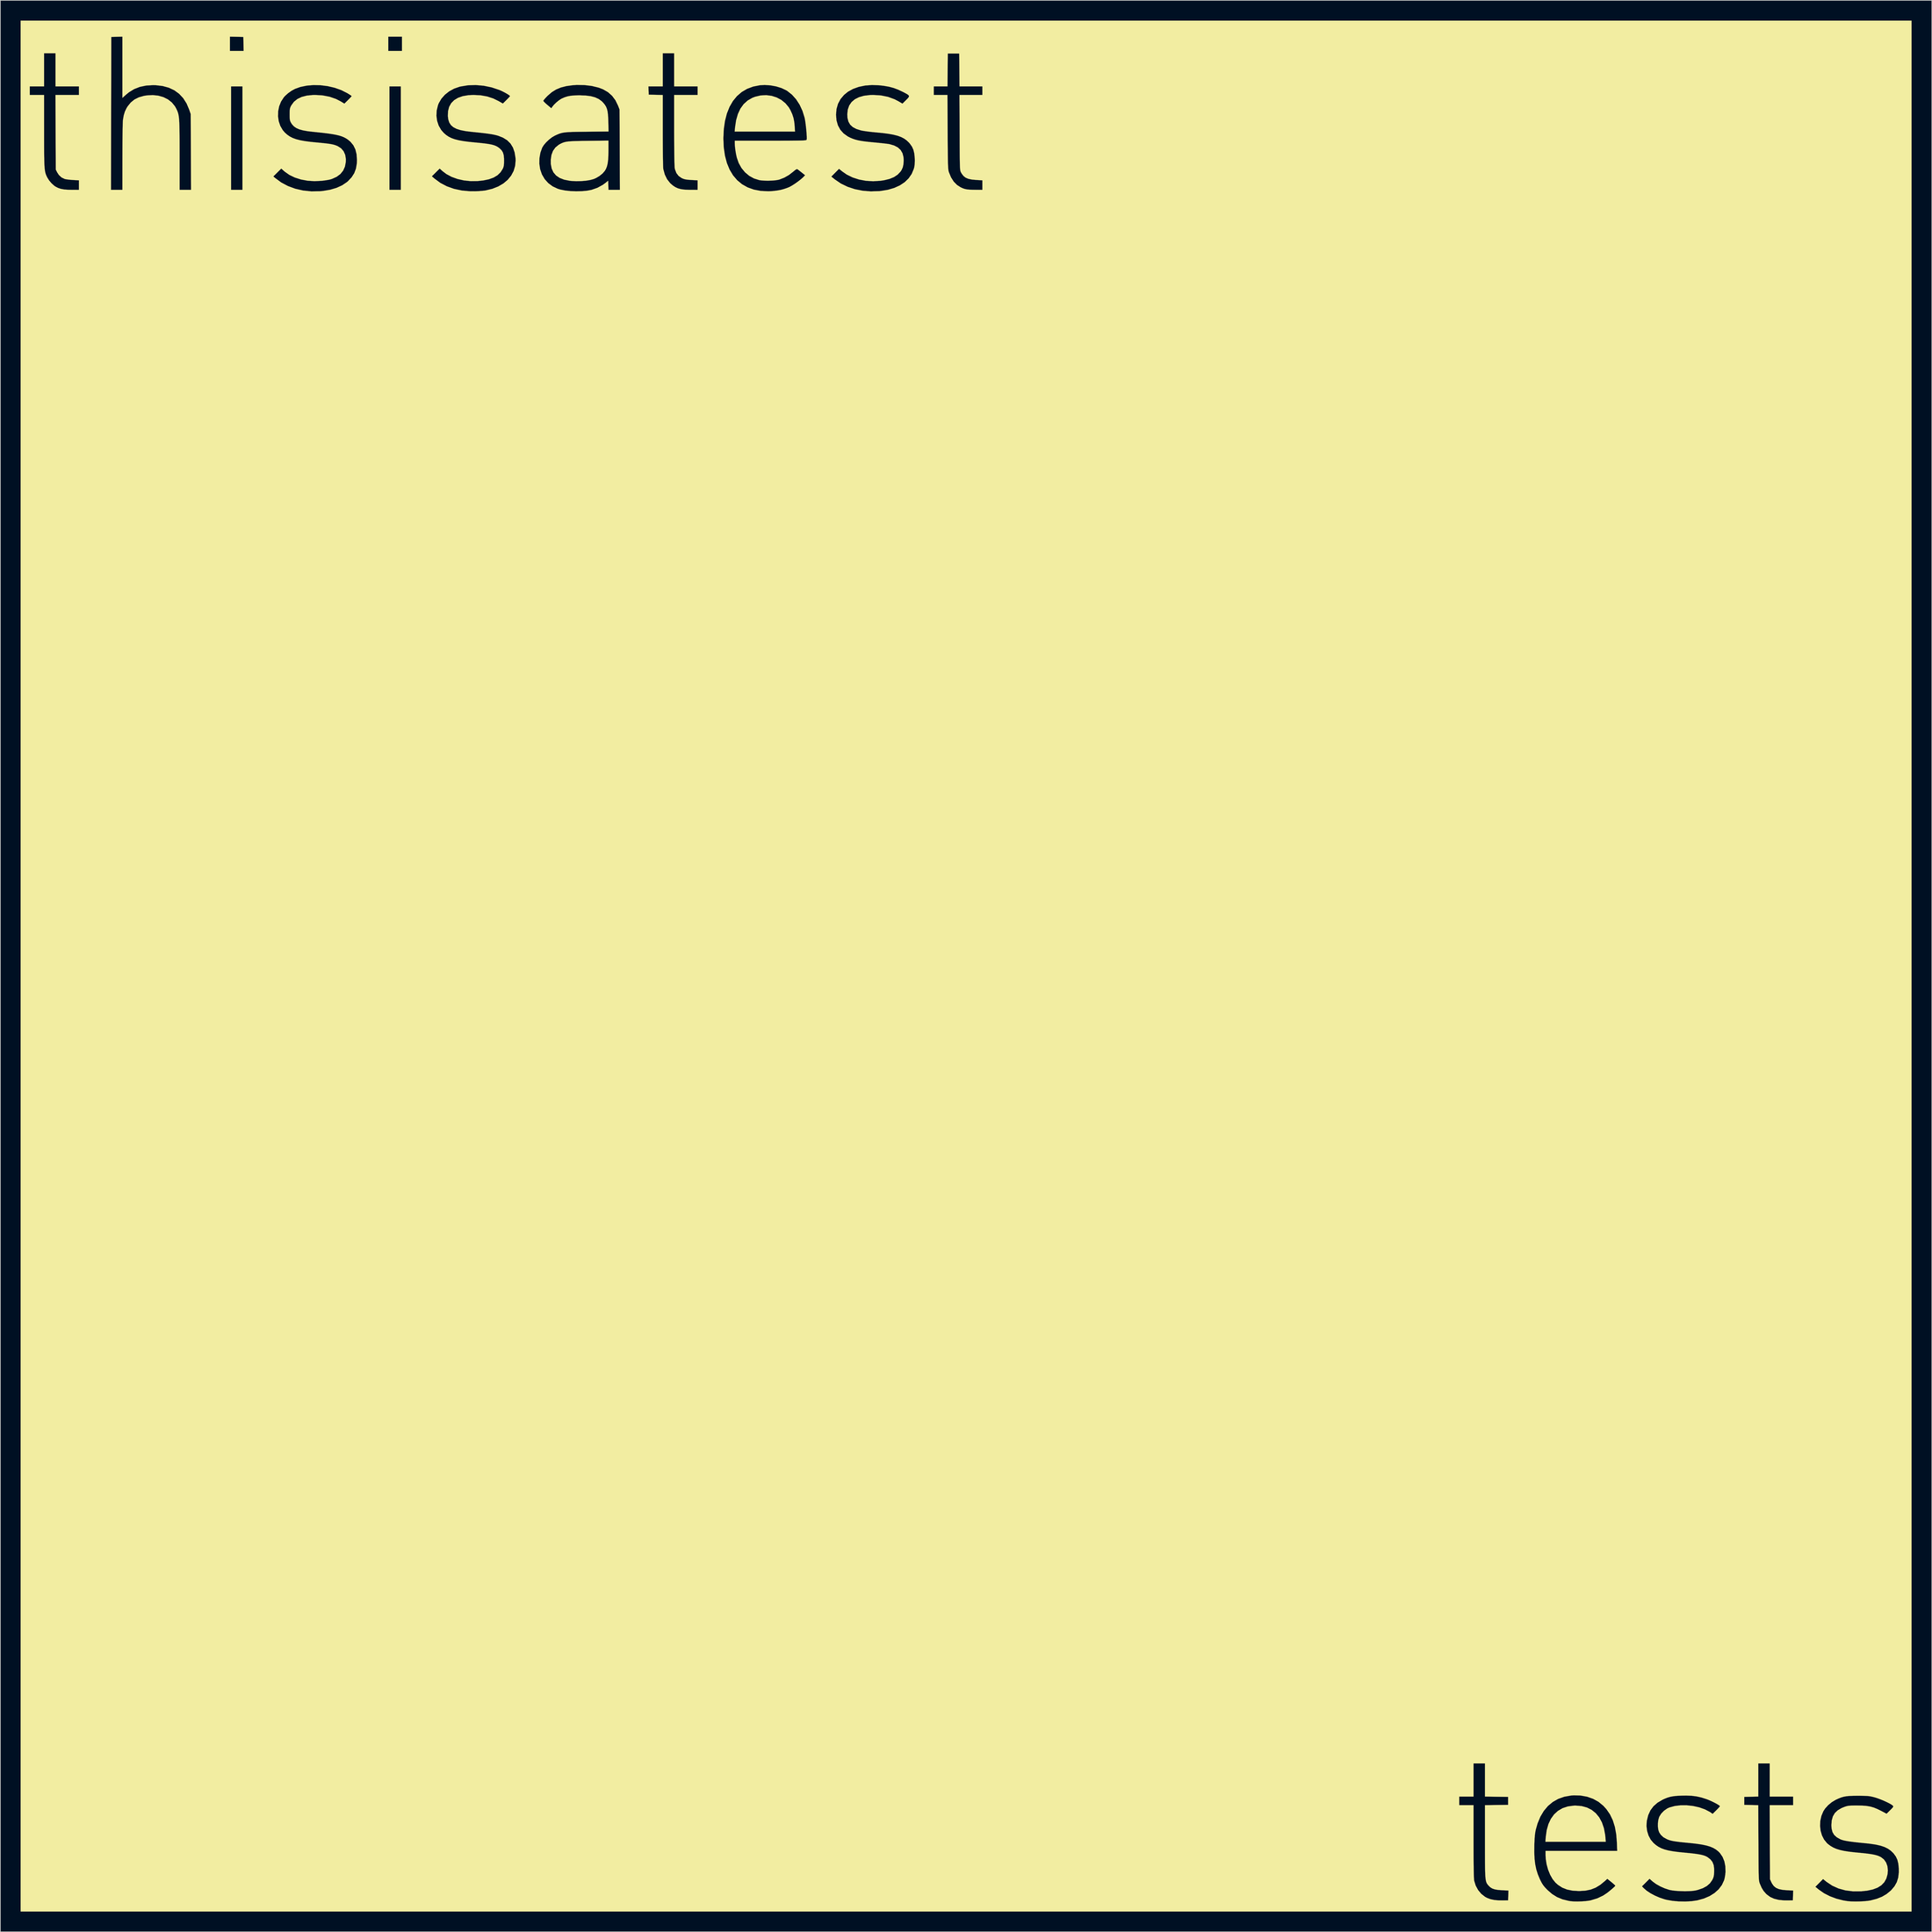
<source format=kicad_pcb>
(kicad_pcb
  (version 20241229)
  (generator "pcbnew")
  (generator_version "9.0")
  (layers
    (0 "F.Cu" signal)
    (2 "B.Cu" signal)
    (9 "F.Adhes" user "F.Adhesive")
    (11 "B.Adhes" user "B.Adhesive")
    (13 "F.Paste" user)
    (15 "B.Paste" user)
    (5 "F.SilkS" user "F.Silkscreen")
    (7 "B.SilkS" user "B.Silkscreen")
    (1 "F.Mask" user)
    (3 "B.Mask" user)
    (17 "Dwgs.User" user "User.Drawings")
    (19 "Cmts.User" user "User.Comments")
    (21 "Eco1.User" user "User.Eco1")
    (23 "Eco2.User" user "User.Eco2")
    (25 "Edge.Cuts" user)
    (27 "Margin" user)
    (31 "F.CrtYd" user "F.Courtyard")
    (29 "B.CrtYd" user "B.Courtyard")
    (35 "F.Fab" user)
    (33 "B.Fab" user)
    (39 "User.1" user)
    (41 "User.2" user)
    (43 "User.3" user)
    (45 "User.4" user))
  (footprint "test2"
    (layer "F.Cu")
    (at 139.959 139.959)
    (property "Reference" "test2" (at 0 0 0) (layer "F.SilkS") (effects (font (size 1.524 1.524) (thickness 0.3))))
    (attr through_hole)
    (fp_poly (pts (xy 91.178 124.426) (xy 91.972 124.64) (xy 92.674 124.993) (xy 93.281 125.48) (xy 93.789 126.098) (xy 94.192 126.841) (xy 94.488 127.705) (xy 94.672 128.686) (xy 94.705 129.011) (xy 94.764 129.709) (xy 85.827 129.709) (xy 85.881 129.006) (xy 86.022 127.99) (xy 86.277 127.09) (xy 86.643 126.312) (xy 87.116 125.658) (xy 87.693 125.132) (xy 88.369 124.738) (xy 89.143 124.481) (xy 90.009 124.363) (xy 90.297 124.355) (xy 91.178 124.426)) (stroke (width 0.01) (type solid)) (fill yes) (layer "F.SilkS"))
    (fp_poly (pts (xy -28.757 -128.814) (xy -28.006 -128.576) (xy -27.318 -128.209) (xy -26.714 -127.72) (xy -26.214 -127.117) (xy -25.968 -126.696) (xy -25.695 -126.093) (xy -25.511 -125.525) (xy -25.397 -124.919) (xy -25.344 -124.357) (xy -25.29 -123.529) (xy -34.223 -123.529) (xy -34.165 -124.142) (xy -34.007 -125.2) (xy -33.743 -126.125) (xy -33.372 -126.92) (xy -32.894 -127.583) (xy -32.309 -128.115) (xy -31.618 -128.516) (xy -31.2 -128.679) (xy -30.374 -128.873) (xy -29.553 -128.916) (xy -28.757 -128.814)) (stroke (width 0.01) (type solid)) (fill yes) (layer "F.SilkS"))
    (fp_poly (pts (xy -52.917 -120.737) (xy -52.928 -119.955) (xy -52.966 -119.316) (xy -53.035 -118.794) (xy -53.139 -118.365) (xy -53.282 -118.003) (xy -53.453 -117.709) (xy -53.786 -117.323) (xy -54.237 -116.957) (xy -54.753 -116.65) (xy -55.082 -116.506) (xy -55.606 -116.358) (xy -56.248 -116.252) (xy -56.963 -116.191) (xy -57.703 -116.178) (xy -58.423 -116.217) (xy -58.674 -116.246) (xy -59.475 -116.407) (xy -60.138 -116.667) (xy -60.664 -117.025) (xy -61.056 -117.485) (xy -61.315 -118.048) (xy -61.443 -118.717) (xy -61.451 -119.343) (xy -61.35 -120.059) (xy -61.125 -120.662) (xy -60.771 -121.161) (xy -60.284 -121.562) (xy -60.029 -121.709) (xy -59.82 -121.811) (xy -59.619 -121.895) (xy -59.404 -121.963) (xy -59.156 -122.016) (xy -58.857 -122.057) (xy -58.486 -122.088) (xy -58.023 -122.111) (xy -57.45 -122.128) (xy -56.746 -122.141) (xy -55.901 -122.152) (xy -52.917 -122.187) (xy -52.917 -120.737)) (stroke (width 0.01) (type solid)) (fill yes) (layer "F.SilkS"))
    (fp_poly (pts (xy 140.039 140.039) (xy -139.954 140.039) (xy -139.954 123.021) (xy 73.067 123.021) (xy 73.067 124.291) (xy 75.184 124.291) (xy 75.184 129.663) (xy 75.186 130.98) (xy 75.19 132.129) (xy 75.198 133.11) (xy 75.209 133.923) (xy 75.223 134.57) (xy 75.241 135.049) (xy 75.261 135.363) (xy 75.278 135.484) (xy 75.505 136.209) (xy 75.86 136.863) (xy 76.326 137.421) (xy 76.883 137.86) (xy 77.187 138.025) (xy 77.684 138.212) (xy 78.247 138.333) (xy 78.91 138.393) (xy 79.544 138.4) (xy 80.306 138.388) (xy 80.355 136.931) (xy 79.386 136.884) (xy 78.785 136.837) (xy 78.319 136.755) (xy 77.955 136.628) (xy 77.659 136.443) (xy 77.41 136.202) (xy 77.307 136.082) (xy 77.219 135.967) (xy 77.143 135.843) (xy 77.08 135.697) (xy 77.027 135.517) (xy 76.985 135.289) (xy 76.951 135.001) (xy 76.925 134.64) (xy 76.906 134.192) (xy 76.893 133.646) (xy 76.885 132.987) (xy 76.88 132.205) (xy 76.878 131.286) (xy 84.175 131.286) (xy 84.216 132.215) (xy 84.314 133.044) (xy 84.472 133.802) (xy 84.697 134.522) (xy 84.994 135.233) (xy 85.062 135.376) (xy 85.274 135.789) (xy 85.482 136.122) (xy 85.729 136.432) (xy 86.057 136.779) (xy 86.137 136.859) (xy 86.823 137.454) (xy 87.555 137.91) (xy 88.362 138.242) (xy 89.274 138.464) (xy 89.582 138.513) (xy 90.042 138.552) (xy 90.607 138.56) (xy 91.214 138.54) (xy 91.806 138.496) (xy 92.321 138.429) (xy 92.541 138.385) (xy 93.517 138.089) (xy 94.379 137.678) (xy 94.954 137.295) (xy 95.274 137.044) (xy 95.584 136.789) (xy 95.855 136.554) (xy 96.059 136.363) (xy 96.109 136.309) (xy 100.125 136.309) (xy 100.375 136.573) (xy 100.813 136.955) (xy 101.379 137.331) (xy 102.036 137.683) (xy 102.744 137.989) (xy 103.464 138.23) (xy 103.775 138.31) (xy 104.632 138.461) (xy 105.573 138.546) (xy 106.538 138.564) (xy 107.469 138.512) (xy 108.306 138.391) (xy 108.331 138.386) (xy 109.289 138.123) (xy 110.141 137.758) (xy 110.876 137.297) (xy 111.486 136.748) (xy 111.96 136.118) (xy 112.288 135.416) (xy 112.299 135.382) (xy 112.379 135.066) (xy 112.448 134.661) (xy 112.493 134.248) (xy 112.496 134.197) (xy 112.48 133.373) (xy 112.332 132.615) (xy 112.058 131.943) (xy 111.666 131.372) (xy 111.424 131.128) (xy 111.075 130.854) (xy 110.681 130.623) (xy 110.222 130.429) (xy 109.678 130.266) (xy 109.031 130.128) (xy 108.259 130.009) (xy 107.343 129.905) (xy 107.061 129.878) (xy 106.298 129.805) (xy 105.68 129.739) (xy 105.185 129.676) (xy 104.787 129.614) (xy 104.466 129.547) (xy 104.195 129.471) (xy 103.953 129.383) (xy 103.801 129.317) (xy 103.295 129.032) (xy 102.918 128.681) (xy 102.675 128.312) (xy 102.549 127.944) (xy 102.486 127.476) (xy 102.487 126.965) (xy 102.55 126.467) (xy 102.676 126.038) (xy 102.692 126.003) (xy 102.976 125.546) (xy 103.38 125.127) (xy 103.855 124.791) (xy 104.18 124.637) (xy 104.973 124.419) (xy 105.848 124.312) (xy 106.769 124.313) (xy 107.7 124.416) (xy 108.603 124.618) (xy 109.441 124.914) (xy 110.178 125.299) (xy 110.349 125.413) (xy 110.59 125.583) (xy 111.133 125.045) (xy 111.373 124.801) (xy 111.558 124.599) (xy 111.662 124.471) (xy 111.675 124.445) (xy 111.602 124.357) (xy 111.404 124.219) (xy 111.112 124.05) (xy 110.757 123.864) (xy 110.37 123.678) (xy 109.982 123.509) (xy 109.688 123.396) (xy 108.942 123.157) (xy 108.53 123.063) (xy 115.274 123.063) (xy 115.274 124.248) (xy 117.341 124.296) (xy 117.367 129.86) (xy 117.372 130.967) (xy 117.377 131.917) (xy 117.382 132.725) (xy 117.388 133.403) (xy 117.395 133.964) (xy 117.404 134.421) (xy 117.414 134.788) (xy 117.427 135.078) (xy 117.443 135.304) (xy 117.463 135.479) (xy 117.486 135.616) (xy 117.514 135.728) (xy 117.547 135.829) (xy 117.583 135.926) (xy 117.839 136.516) (xy 118.127 136.988) (xy 118.479 137.394) (xy 118.62 137.527) (xy 119.113 137.888) (xy 119.688 138.149) (xy 120.362 138.316) (xy 121.156 138.394) (xy 121.708 138.4) (xy 122.47 138.388) (xy 122.495 137.659) (xy 122.519 136.93) (xy 121.6 136.887) (xy 120.925 136.827) (xy 120.389 136.711) (xy 119.97 136.527) (xy 119.785 136.377) (xy 125.798 136.377) (xy 126.335 136.816) (xy 127.082 137.335) (xy 127.953 137.78) (xy 128.913 138.14) (xy 129.928 138.398) (xy 130.599 138.506) (xy 131.106 138.547) (xy 131.709 138.561) (xy 132.355 138.551) (xy 132.989 138.518) (xy 133.559 138.464) (xy 133.989 138.396) (xy 134.892 138.16) (xy 135.665 137.853) (xy 136.336 137.462) (xy 136.936 136.97) (xy 137.039 136.87) (xy 137.518 136.306) (xy 137.859 135.699) (xy 138.071 135.025) (xy 138.161 134.261) (xy 138.156 133.633) (xy 138.087 132.949) (xy 137.948 132.385) (xy 137.725 131.902) (xy 137.404 131.46) (xy 137.328 131.375) (xy 136.957 131.021) (xy 136.535 130.726) (xy 136.044 130.485) (xy 135.462 130.288) (xy 134.769 130.13) (xy 133.944 130.004) (xy 133.155 129.918) (xy 132.254 129.83) (xy 131.506 129.748) (xy 130.894 129.669) (xy 130.402 129.59) (xy 130.014 129.509) (xy 129.712 129.423) (xy 129.508 129.343) (xy 128.973 129.044) (xy 128.588 128.695) (xy 128.338 128.271) (xy 128.206 127.749) (xy 128.176 127.257) (xy 128.229 126.547) (xy 128.397 125.952) (xy 128.689 125.457) (xy 129.117 125.05) (xy 129.69 124.716) (xy 130.147 124.53) (xy 130.373 124.457) (xy 130.593 124.405) (xy 130.842 124.371) (xy 131.157 124.352) (xy 131.573 124.344) (xy 132.038 124.344) (xy 132.782 124.359) (xy 133.403 124.408) (xy 133.945 124.502) (xy 134.455 124.649) (xy 134.975 124.861) (xy 135.537 125.139) (xy 136.346 125.565) (xy 136.878 125.038) (xy 137.13 124.784) (xy 137.277 124.617) (xy 137.336 124.507) (xy 137.323 124.426) (xy 137.273 124.36) (xy 137.093 124.219) (xy 136.788 124.041) (xy 136.392 123.841) (xy 135.941 123.634) (xy 135.469 123.438) (xy 135.011 123.267) (xy 134.603 123.138) (xy 134.578 123.131) (xy 134.262 123.05) (xy 133.986 122.99) (xy 133.712 122.949) (xy 133.404 122.923) (xy 133.026 122.908) (xy 132.54 122.901) (xy 132.122 122.899) (xy 131.425 122.903) (xy 130.862 122.923) (xy 130.396 122.967) (xy 129.993 123.04) (xy 129.616 123.149) (xy 129.23 123.301) (xy 128.799 123.502) (xy 128.793 123.505) (xy 128.228 123.846) (xy 127.699 124.284) (xy 127.252 124.776) (xy 126.982 125.188) (xy 126.691 125.88) (xy 126.528 126.611) (xy 126.491 127.355) (xy 126.574 128.084) (xy 126.774 128.77) (xy 127.088 129.387) (xy 127.51 129.907) (xy 127.687 130.065) (xy 128.065 130.343) (xy 128.465 130.575) (xy 128.912 130.768) (xy 129.428 130.928) (xy 130.034 131.062) (xy 130.753 131.175) (xy 131.609 131.275) (xy 132.08 131.32) (xy 132.9 131.4) (xy 133.572 131.477) (xy 134.119 131.556) (xy 134.562 131.641) (xy 134.924 131.737) (xy 135.227 131.847) (xy 135.491 131.977) (xy 135.526 131.996) (xy 135.956 132.336) (xy 136.272 132.788) (xy 136.468 133.333) (xy 136.534 133.952) (xy 136.484 134.526) (xy 136.305 135.163) (xy 136.001 135.703) (xy 135.57 136.15) (xy 135.006 136.505) (xy 134.305 136.771) (xy 133.464 136.952) (xy 132.579 137.044) (xy 131.381 137.049) (xy 130.267 136.91) (xy 129.24 136.629) (xy 128.302 136.207) (xy 127.456 135.643) (xy 127.394 135.594) (xy 126.941 135.225) (xy 126.37 135.801) (xy 125.798 136.377) (xy 119.785 136.377) (xy 119.645 136.263) (xy 119.389 135.906) (xy 119.281 135.691) (xy 119.084 135.255) (xy 119.034 124.291) (xy 122.513 124.291) (xy 122.513 123.021) (xy 119.041 123.021) (xy 119.041 118.11) (xy 117.348 118.11) (xy 117.348 123.015) (xy 115.274 123.063) (xy 108.53 123.063) (xy 108.231 122.995) (xy 107.501 122.9) (xy 106.7 122.865) (xy 106.045 122.874) (xy 105.361 122.906) (xy 104.802 122.96) (xy 104.325 123.047) (xy 103.887 123.174) (xy 103.445 123.352) (xy 103.166 123.484) (xy 102.425 123.922) (xy 101.83 124.444) (xy 101.372 125.058) (xy 101.045 125.775) (xy 100.84 126.605) (xy 100.837 126.627) (xy 100.79 127.367) (xy 100.879 128.099) (xy 101.092 128.789) (xy 101.419 129.403) (xy 101.833 129.893) (xy 102.197 130.205) (xy 102.578 130.464) (xy 102.997 130.679) (xy 103.477 130.856) (xy 104.041 131.002) (xy 104.709 131.124) (xy 105.504 131.229) (xy 106.365 131.316) (xy 107.201 131.397) (xy 107.888 131.475) (xy 108.445 131.554) (xy 108.893 131.638) (xy 109.251 131.731) (xy 109.54 131.836) (xy 109.78 131.957) (xy 109.832 131.99) (xy 110.26 132.322) (xy 110.559 132.706) (xy 110.74 133.168) (xy 110.816 133.733) (xy 110.813 134.186) (xy 110.784 134.59) (xy 110.732 134.89) (xy 110.641 135.149) (xy 110.528 135.375) (xy 110.187 135.859) (xy 109.731 136.257) (xy 109.148 136.578) (xy 108.423 136.83) (xy 108.077 136.917) (xy 107.654 136.982) (xy 107.111 137.02) (xy 106.494 137.032) (xy 105.85 137.019) (xy 105.226 136.983) (xy 104.669 136.924) (xy 104.224 136.843) (xy 104.182 136.832) (xy 103.511 136.613) (xy 102.844 136.319) (xy 102.234 135.978) (xy 101.736 135.617) (xy 101.698 135.585) (xy 101.247 135.187) (xy 100.686 135.748) (xy 100.125 136.309) (xy 96.109 136.309) (xy 96.17 136.241) (xy 96.181 136.216) (xy 96.12 136.138) (xy 95.955 135.982) (xy 95.716 135.777) (xy 95.588 135.672) (xy 94.995 135.192) (xy 94.635 135.523) (xy 93.952 136.085) (xy 93.268 136.501) (xy 92.55 136.784) (xy 91.763 136.947) (xy 90.872 137.003) (xy 90.763 137.003) (xy 89.839 136.947) (xy 89.031 136.781) (xy 88.323 136.499) (xy 87.696 136.095) (xy 87.318 135.758) (xy 86.895 135.236) (xy 86.527 134.586) (xy 86.226 133.843) (xy 86.006 133.043) (xy 85.879 132.223) (xy 85.853 131.678) (xy 85.852 131.064) (xy 96.458 131.064) (xy 96.413 129.815) (xy 96.316 128.594) (xy 96.116 127.5) (xy 95.809 126.523) (xy 95.391 125.652) (xy 94.859 124.879) (xy 94.402 124.375) (xy 93.699 123.798) (xy 92.896 123.35) (xy 92.009 123.037) (xy 91.053 122.863) (xy 90.041 122.832) (xy 89.611 122.863) (xy 88.621 123.038) (xy 87.722 123.356) (xy 86.915 123.814) (xy 86.203 124.409) (xy 85.588 125.14) (xy 85.073 126.004) (xy 84.661 126.998) (xy 84.4 127.916) (xy 84.324 128.303) (xy 84.266 128.747) (xy 84.223 129.28) (xy 84.193 129.938) (xy 84.184 130.224) (xy 84.175 131.286) (xy 76.878 131.286) (xy 76.878 131.284) (xy 76.877 130.213) (xy 76.877 129.653) (xy 76.877 124.294) (xy 78.592 124.271) (xy 80.306 124.248) (xy 80.306 123.063) (xy 76.877 123.017) (xy 76.877 118.11) (xy 75.184 118.11) (xy 75.184 123.021) (xy 73.067 123.021) (xy -139.954 123.021) (xy -139.954 -130.217) (xy -138.599 -130.217) (xy -138.599 -128.947) (xy -136.483 -128.947) (xy -136.481 -123.592) (xy -136.481 -122.445) (xy -136.479 -121.454) (xy -136.475 -120.605) (xy -136.468 -119.884) (xy -136.457 -119.279) (xy -136.442 -118.774) (xy -136.42 -118.357) (xy -136.391 -118.015) (xy -136.355 -117.733) (xy -136.31 -117.497) (xy -136.256 -117.296) (xy -136.191 -117.113) (xy -136.114 -116.937) (xy -136.025 -116.753) (xy -136.009 -116.721) (xy -135.736 -116.287) (xy -135.371 -115.858) (xy -134.971 -115.5) (xy -134.803 -115.384) (xy -134.42 -115.183) (xy -133.997 -115.041) (xy -133.5 -114.951) (xy -132.892 -114.906) (xy -132.44 -114.897) (xy -131.318 -114.893) (xy -126.577 -114.893) (xy -124.883 -114.893) (xy -124.881 -119.782) (xy -124.879 -120.697) (xy -124.875 -121.576) (xy -124.868 -122.403) (xy -124.859 -123.161) (xy -124.849 -123.831) (xy -124.837 -124.396) (xy -124.824 -124.839) (xy -124.81 -125.143) (xy -124.799 -125.264) (xy -124.682 -125.933) (xy -124.512 -126.49) (xy -124.271 -126.992) (xy -124.098 -127.269) (xy -123.639 -127.834) (xy -123.097 -128.273) (xy -122.457 -128.594) (xy -121.702 -128.808) (xy -121.262 -128.88) (xy -120.385 -128.926) (xy -119.562 -128.838) (xy -118.807 -128.622) (xy -118.137 -128.285) (xy -117.566 -127.835) (xy -117.112 -127.277) (xy -116.932 -126.959) (xy -116.832 -126.753) (xy -116.746 -126.558) (xy -116.673 -126.362) (xy -116.612 -126.151) (xy -116.561 -125.909) (xy -116.52 -125.625) (xy -116.488 -125.282) (xy -116.464 -124.869) (xy -116.446 -124.37) (xy -116.433 -123.771) (xy -116.425 -123.06) (xy -116.421 -122.221) (xy -116.419 -121.241) (xy -116.418 -120.106) (xy -116.418 -120.079) (xy -116.417 -114.893) (xy -114.717 -114.893) (xy -114.741 -120.502) (xy -114.766 -126.111) (xy -114.996 -126.788) (xy -115.382 -127.695) (xy -115.878 -128.473) (xy -116.481 -129.121) (xy -117.191 -129.639) (xy -118.006 -130.024) (xy -118.709 -130.217) (xy -108.797 -130.217) (xy -108.797 -114.893) (xy -107.103 -114.893) (xy -107.103 -116.882) (xy -102.536 -116.882) (xy -102.259 -116.644) (xy -101.367 -115.988) (xy -100.373 -115.459) (xy -99.292 -115.06) (xy -98.137 -114.796) (xy -96.924 -114.67) (xy -95.667 -114.686) (xy -95.194 -114.729) (xy -94.131 -114.906) (xy -93.178 -115.187) (xy -92.344 -115.566) (xy -91.641 -116.041) (xy -91.474 -116.185) (xy -90.939 -116.755) (xy -90.551 -117.364) (xy -90.298 -118.038) (xy -90.169 -118.802) (xy -90.148 -119.338) (xy -90.206 -120.169) (xy -90.383 -120.887) (xy -90.685 -121.501) (xy -91.115 -122.023) (xy -91.499 -122.341) (xy -91.778 -122.524) (xy -92.075 -122.683) (xy -92.409 -122.821) (xy -92.798 -122.943) (xy -93.259 -123.052) (xy -93.81 -123.152) (xy -94.47 -123.248) (xy -95.255 -123.343) (xy -96.184 -123.442) (xy -96.619 -123.485) (xy -97.452 -123.583) (xy -98.136 -123.705) (xy -98.688 -123.858) (xy -99.129 -124.051) (xy -99.477 -124.289) (xy -99.75 -124.582) (xy -99.891 -124.793) (xy -99.995 -124.984) (xy -100.061 -125.161) (xy -100.098 -125.372) (xy -100.115 -125.661) (xy -100.118 -126.069) (xy -100.115 -126.479) (xy -100.098 -126.768) (xy -100.06 -126.983) (xy -99.99 -127.173) (xy -99.881 -127.386) (xy -99.868 -127.409) (xy -99.485 -127.932) (xy -98.974 -128.346) (xy -98.336 -128.652) (xy -97.568 -128.85) (xy -96.67 -128.939) (xy -96.351 -128.945) (xy -95.238 -128.879) (xy -94.202 -128.68) (xy -93.257 -128.352) (xy -92.593 -128.01) (xy -92.013 -127.66) (xy -91.472 -128.195) (xy -91.233 -128.437) (xy -91.048 -128.634) (xy -90.945 -128.757) (xy -90.932 -128.78) (xy -91 -128.842) (xy -91.181 -128.967) (xy -91.444 -129.133) (xy -91.588 -129.221) (xy -92.473 -129.668) (xy -93.444 -130.013) (xy -94.311 -130.217) (xy -85.344 -130.217) (xy -85.344 -114.893) (xy -83.651 -114.893) (xy -83.651 -116.902) (xy -79.063 -116.902) (xy -78.669 -116.561) (xy -77.808 -115.926) (xy -76.841 -115.418) (xy -75.777 -115.04) (xy -74.623 -114.794) (xy -73.39 -114.683) (xy -72.515 -114.686) (xy -72.07 -114.71) (xy -71.626 -114.745) (xy -71.248 -114.786) (xy -71.076 -114.812) (xy -70.098 -115.05) (xy -69.226 -115.396) (xy -68.468 -115.84) (xy -67.831 -116.375) (xy -67.324 -116.992) (xy -66.953 -117.682) (xy -66.728 -118.438) (xy -66.699 -118.751) (xy -63.149 -118.751) (xy -63.034 -117.96) (xy -62.766 -117.179) (xy -62.36 -116.486) (xy -61.827 -115.892) (xy -61.182 -115.412) (xy -60.437 -115.06) (xy -60.04 -114.937) (xy -59.343 -114.799) (xy -58.55 -114.712) (xy -57.713 -114.677) (xy -56.882 -114.694) (xy -56.109 -114.763) (xy -55.444 -114.885) (xy -55.425 -114.89) (xy -54.55 -115.195) (xy -53.745 -115.636) (xy -53.382 -115.902) (xy -52.959 -116.243) (xy -52.934 -115.568) (xy -52.91 -114.893) (xy -51.217 -114.893) (xy -51.241 -120.841) (xy -51.266 -126.788) (xy -51.492 -127.371) (xy -51.876 -128.16) (xy -52.369 -128.821) (xy -52.976 -129.36) (xy -53.704 -129.783) (xy -54.356 -130.034) (xy -55.104 -130.217) (xy -46.997 -130.217) (xy -46.973 -129.603) (xy -46.948 -128.99) (xy -45.91 -128.966) (xy -44.873 -128.942) (xy -44.873 -123.665) (xy -44.872 -122.717) (xy -44.868 -121.812) (xy -44.863 -120.965) (xy -44.855 -120.191) (xy -44.846 -119.506) (xy -44.835 -118.927) (xy -44.823 -118.468) (xy -44.809 -118.146) (xy -44.795 -117.976) (xy -44.794 -117.971) (xy -44.572 -117.16) (xy -44.233 -116.468) (xy -43.772 -115.885) (xy -43.388 -115.548) (xy -43.012 -115.297) (xy -42.616 -115.116) (xy -42.165 -114.995) (xy -41.624 -114.925) (xy -40.958 -114.898) (xy -40.831 -114.897) (xy -39.709 -114.893) (xy -39.709 -116.306) (xy -40.66 -116.361) (xy -41.114 -116.392) (xy -41.447 -116.434) (xy -41.707 -116.494) (xy -41.943 -116.584) (xy -42.078 -116.649) (xy -42.522 -116.957) (xy -42.847 -117.381) (xy -43.056 -117.926) (xy -43.094 -118.1) (xy -43.112 -118.284) (xy -43.128 -118.627) (xy -43.143 -119.118) (xy -43.155 -119.748) (xy -43.165 -120.506) (xy -43.173 -121.382) (xy -43.178 -122.365) (xy -43.178 -122.483) (xy -35.899 -122.483) (xy -35.84 -121.16) (xy -35.664 -119.951) (xy -35.375 -118.86) (xy -34.975 -117.889) (xy -34.465 -117.041) (xy -33.849 -116.318) (xy -33.128 -115.723) (xy -32.306 -115.26) (xy -31.385 -114.93) (xy -30.367 -114.736) (xy -29.254 -114.682) (xy -28.914 -114.693) (xy -28.443 -114.73) (xy -27.934 -114.794) (xy -27.476 -114.873) (xy -27.357 -114.899) (xy -26.939 -115.013) (xy -26.502 -115.16) (xy -26.134 -115.309) (xy -26.107 -115.322) (xy -25.741 -115.523) (xy -25.309 -115.799) (xy -24.861 -116.116) (xy -24.445 -116.437) (xy -24.112 -116.727) (xy -24.023 -116.816) (xy -23.983 -116.859) (xy -19.916 -116.859) (xy -19.377 -116.429) (xy -18.496 -115.83) (xy -17.507 -115.35) (xy -16.429 -114.993) (xy -15.277 -114.764) (xy -14.071 -114.667) (xy -12.826 -114.706) (xy -12.615 -114.726) (xy -11.552 -114.897) (xy -10.599 -115.175) (xy -9.76 -115.555) (xy -9.045 -116.031) (xy -8.458 -116.6) (xy -8.006 -117.256) (xy -7.697 -117.994) (xy -7.618 -118.293) (xy -7.562 -118.706) (xy -7.544 -119.232) (xy -7.555 -119.605) (xy -7.621 -120.272) (xy -7.751 -120.821) (xy -7.962 -121.292) (xy -8.27 -121.729) (xy -8.427 -121.908) (xy -8.759 -122.224) (xy -9.133 -122.492) (xy -9.568 -122.718) (xy -10.081 -122.906) (xy -10.692 -123.063) (xy -11.417 -123.195) (xy -12.276 -123.307) (xy -13.25 -123.401) (xy -13.811 -123.454) (xy -14.365 -123.517) (xy -14.87 -123.585) (xy -15.283 -123.651) (xy -15.527 -123.701) (xy -16.205 -123.916) (xy -16.733 -124.197) (xy -17.121 -124.555) (xy -17.378 -125.004) (xy -17.515 -125.554) (xy -17.546 -126.08) (xy -17.471 -126.782) (xy -17.257 -127.389) (xy -16.907 -127.898) (xy -16.423 -128.309) (xy -15.806 -128.619) (xy -15.059 -128.828) (xy -14.185 -128.932) (xy -13.716 -128.945) (xy -12.573 -128.876) (xy -11.518 -128.664) (xy -10.546 -128.308) (xy -9.96 -128.002) (xy -9.379 -127.659) (xy -8.84 -128.193) (xy -8.594 -128.442) (xy -8.445 -128.63) (xy -8.403 -128.779) (xy -8.477 -128.916) (xy -8.677 -129.065) (xy -9.013 -129.25) (xy -9.302 -129.399) (xy -10.009 -129.733) (xy -10.681 -129.985) (xy -11.372 -130.17) (xy -11.641 -130.217) (xy -4.741 -130.217) (xy -4.741 -128.947) (xy -2.719 -128.947) (xy -2.689 -123.465) (xy -2.683 -122.357) (xy -2.677 -121.406) (xy -2.67 -120.597) (xy -2.663 -119.919) (xy -2.654 -119.357) (xy -2.644 -118.898) (xy -2.632 -118.53) (xy -2.617 -118.239) (xy -2.6 -118.013) (xy -2.579 -117.837) (xy -2.555 -117.699) (xy -2.526 -117.585) (xy -2.506 -117.517) (xy -2.187 -116.743) (xy -1.786 -116.113) (xy -1.299 -115.618) (xy -0.77 -115.278) (xy -0.465 -115.135) (xy -0.177 -115.034) (xy 0.135 -114.967) (xy 0.51 -114.927) (xy 0.989 -114.907) (xy 1.376 -114.901) (xy 2.455 -114.893) (xy 2.455 -116.307) (xy 1.517 -116.364) (xy 0.876 -116.426) (xy 0.373 -116.534) (xy -0.02 -116.703) (xy -0.332 -116.946) (xy -0.591 -117.278) (xy -0.706 -117.475) (xy -0.743 -117.545) (xy -0.774 -117.619) (xy -0.8 -117.71) (xy -0.823 -117.83) (xy -0.841 -117.993) (xy -0.857 -118.211) (xy -0.869 -118.496) (xy -0.879 -118.863) (xy -0.887 -119.323) (xy -0.893 -119.889) (xy -0.899 -120.575) (xy -0.904 -121.392) (xy -0.908 -122.354) (xy -0.913 -123.38) (xy -0.936 -128.947) (xy 2.455 -128.947) (xy 2.455 -130.217) (xy -0.929 -130.217) (xy -0.951 -132.651) (xy -0.974 -135.086) (xy -2.667 -135.086) (xy -2.689 -132.651) (xy -2.712 -130.217) (xy -4.741 -130.217) (xy -11.641 -130.217) (xy -12.134 -130.304) (xy -12.819 -130.382) (xy -13.89 -130.424) (xy -14.906 -130.345) (xy -15.849 -130.15) (xy -16.703 -129.843) (xy -17.451 -129.429) (xy -18.028 -128.96) (xy -18.551 -128.339) (xy -18.923 -127.646) (xy -19.145 -126.876) (xy -19.219 -126.025) (xy -19.219 -126.02) (xy -19.149 -125.186) (xy -18.937 -124.444) (xy -18.587 -123.798) (xy -18.099 -123.25) (xy -17.476 -122.803) (xy -17.095 -122.609) (xy -16.741 -122.461) (xy -16.381 -122.339) (xy -15.988 -122.236) (xy -15.534 -122.148) (xy -14.992 -122.068) (xy -14.334 -121.993) (xy -13.585 -121.92) (xy -13.013 -121.866) (xy -12.473 -121.81) (xy -11.996 -121.757) (xy -11.615 -121.71) (xy -11.36 -121.673) (xy -11.311 -121.664) (xy -10.615 -121.462) (xy -10.063 -121.174) (xy -9.65 -120.793) (xy -9.373 -120.317) (xy -9.226 -119.739) (xy -9.199 -119.297) (xy -9.23 -118.706) (xy -9.333 -118.228) (xy -9.52 -117.817) (xy -9.678 -117.584) (xy -10.099 -117.145) (xy -10.632 -116.791) (xy -11.29 -116.519) (xy -12.085 -116.323) (xy -12.642 -116.238) (xy -13.723 -116.173) (xy -14.785 -116.237) (xy -15.804 -116.427) (xy -16.757 -116.736) (xy -17.62 -117.159) (xy -18.274 -117.611) (xy -18.771 -118.013) (xy -19.343 -117.436) (xy -19.916 -116.859) (xy -23.983 -116.859) (xy -23.79 -117.062) (xy -24.32 -117.485) (xy -24.583 -117.693) (xy -24.804 -117.862) (xy -24.942 -117.963) (xy -24.957 -117.972) (xy -25.079 -117.951) (xy -25.298 -117.808) (xy -25.577 -117.572) (xy -26.191 -117.098) (xy -26.872 -116.709) (xy -27.564 -116.436) (xy -27.779 -116.378) (xy -28.192 -116.31) (xy -28.714 -116.268) (xy -29.284 -116.252) (xy -29.844 -116.263) (xy -30.334 -116.301) (xy -30.582 -116.34) (xy -31.358 -116.585) (xy -32.066 -116.975) (xy -32.689 -117.497) (xy -33.213 -118.135) (xy -33.626 -118.876) (xy -33.906 -119.686) (xy -34.022 -120.217) (xy -34.117 -120.791) (xy -34.181 -121.34) (xy -34.204 -121.772) (xy -34.205 -122.174) (xy -28.911 -122.174) (xy -27.829 -122.174) (xy -26.904 -122.175) (xy -26.124 -122.177) (xy -25.476 -122.181) (xy -24.948 -122.186) (xy -24.527 -122.193) (xy -24.202 -122.203) (xy -23.96 -122.216) (xy -23.788 -122.231) (xy -23.674 -122.25) (xy -23.606 -122.273) (xy -23.572 -122.299) (xy -23.562 -122.316) (xy -23.543 -122.474) (xy -23.546 -122.766) (xy -23.566 -123.157) (xy -23.602 -123.613) (xy -23.649 -124.101) (xy -23.705 -124.586) (xy -23.766 -125.034) (xy -23.83 -125.411) (xy -23.871 -125.603) (xy -24.183 -126.6) (xy -24.604 -127.508) (xy -25.125 -128.311) (xy -25.735 -128.992) (xy -26.423 -129.537) (xy -26.601 -129.647) (xy -27.288 -129.972) (xy -28.08 -130.217) (xy -28.927 -130.373) (xy -29.781 -130.429) (xy -30.495 -130.389) (xy -31.486 -130.193) (xy -32.383 -129.857) (xy -33.183 -129.386) (xy -33.885 -128.782) (xy -34.486 -128.049) (xy -34.983 -127.191) (xy -35.376 -126.209) (xy -35.66 -125.108) (xy -35.835 -123.891) (xy -35.898 -122.561) (xy -35.899 -122.483) (xy -43.178 -122.483) (xy -43.18 -123.445) (xy -43.18 -123.752) (xy -43.18 -128.947) (xy -39.709 -128.947) (xy -39.709 -130.217) (xy -43.18 -130.217) (xy -43.18 -135.128) (xy -44.873 -135.128) (xy -44.873 -130.217) (xy -46.997 -130.217) (xy -55.104 -130.217) (xy -55.378 -130.284) (xy -56.485 -130.418) (xy -57.637 -130.431) (xy -58.224 -130.391) (xy -59.155 -130.261) (xy -59.958 -130.055) (xy -60.662 -129.761) (xy -61.297 -129.367) (xy -61.89 -128.859) (xy -61.953 -128.798) (xy -62.21 -128.531) (xy -62.413 -128.301) (xy -62.537 -128.137) (xy -62.563 -128.078) (xy -62.499 -127.981) (xy -62.334 -127.807) (xy -62.096 -127.587) (xy -61.965 -127.475) (xy -61.373 -126.977) (xy -61.237 -127.179) (xy -60.979 -127.496) (xy -60.629 -127.837) (xy -60.248 -128.148) (xy -59.896 -128.378) (xy -59.862 -128.396) (xy -59.412 -128.597) (xy -58.956 -128.74) (xy -58.453 -128.832) (xy -57.863 -128.88) (xy -57.192 -128.893) (xy -56.292 -128.86) (xy -55.532 -128.763) (xy -54.894 -128.593) (xy -54.359 -128.347) (xy -53.91 -128.018) (xy -53.673 -127.777) (xy -53.439 -127.486) (xy -53.262 -127.193) (xy -53.132 -126.866) (xy -53.041 -126.477) (xy -52.982 -125.995) (xy -52.947 -125.391) (xy -52.935 -124.995) (xy -52.9 -123.54) (xy -56.105 -123.506) (xy -56.984 -123.497) (xy -57.714 -123.485) (xy -58.315 -123.47) (xy -58.807 -123.449) (xy -59.21 -123.418) (xy -59.545 -123.377) (xy -59.83 -123.321) (xy -60.087 -123.249) (xy -60.335 -123.158) (xy -60.595 -123.046) (xy -60.875 -122.915) (xy -61.29 -122.67) (xy -61.724 -122.331) (xy -62.135 -121.94) (xy -62.48 -121.538) (xy -62.715 -121.165) (xy -62.719 -121.158) (xy -62.989 -120.41) (xy -63.134 -119.592) (xy -63.149 -118.751) (xy -66.699 -118.751) (xy -66.654 -119.25) (xy -66.671 -119.616) (xy -66.804 -120.449) (xy -67.05 -121.159) (xy -67.415 -121.754) (xy -67.906 -122.241) (xy -68.529 -122.629) (xy -69.215 -122.902) (xy -69.512 -122.988) (xy -69.852 -123.067) (xy -70.254 -123.141) (xy -70.738 -123.215) (xy -71.324 -123.29) (xy -72.033 -123.369) (xy -72.884 -123.457) (xy -73.181 -123.486) (xy -74.077 -123.597) (xy -74.819 -123.745) (xy -75.417 -123.937) (xy -75.885 -124.182) (xy -76.235 -124.487) (xy -76.478 -124.861) (xy -76.626 -125.312) (xy -76.69 -125.812) (xy -76.665 -126.545) (xy -76.499 -127.185) (xy -76.195 -127.73) (xy -75.757 -128.176) (xy -75.187 -128.523) (xy -74.487 -128.768) (xy -73.66 -128.909) (xy -72.898 -128.945) (xy -71.827 -128.89) (xy -70.855 -128.716) (xy -69.955 -128.418) (xy -69.194 -128.044) (xy -68.545 -127.674) (xy -68.012 -128.202) (xy -67.775 -128.443) (xy -67.592 -128.637) (xy -67.491 -128.756) (xy -67.479 -128.777) (xy -67.551 -128.863) (xy -67.742 -129.001) (xy -68.02 -129.171) (xy -68.351 -129.353) (xy -68.701 -129.529) (xy -69.036 -129.678) (xy -69.059 -129.687) (xy -70.204 -130.071) (xy -71.383 -130.316) (xy -72.568 -130.42) (xy -73.73 -130.382) (xy -74.841 -130.198) (xy -74.962 -130.168) (xy -75.767 -129.888) (xy -76.498 -129.488) (xy -77.133 -128.985) (xy -77.652 -128.396) (xy -78.037 -127.739) (xy -78.155 -127.443) (xy -78.346 -126.661) (xy -78.389 -125.878) (xy -78.29 -125.119) (xy -78.054 -124.406) (xy -77.686 -123.766) (xy -77.293 -123.317) (xy -76.948 -123.019) (xy -76.577 -122.768) (xy -76.159 -122.559) (xy -75.675 -122.385) (xy -75.103 -122.239) (xy -74.424 -122.116) (xy -73.615 -122.009) (xy -72.687 -121.915) (xy -71.867 -121.836) (xy -71.195 -121.76) (xy -70.65 -121.682) (xy -70.21 -121.597) (xy -69.855 -121.5) (xy -69.562 -121.385) (xy -69.312 -121.248) (xy -69.083 -121.083) (xy -69.01 -121.023) (xy -68.73 -120.743) (xy -68.541 -120.429) (xy -68.428 -120.044) (xy -68.378 -119.552) (xy -68.373 -119.253) (xy -68.38 -118.828) (xy -68.405 -118.522) (xy -68.456 -118.285) (xy -68.541 -118.067) (xy -68.568 -118.011) (xy -68.9 -117.49) (xy -69.346 -117.061) (xy -69.914 -116.721) (xy -70.611 -116.465) (xy -71.445 -116.29) (xy -72.305 -116.198) (xy -73.328 -116.189) (xy -74.325 -116.296) (xy -75.271 -116.511) (xy -76.141 -116.827) (xy -76.91 -117.238) (xy -77.482 -117.671) (xy -77.905 -118.052) (xy -78.484 -117.477) (xy -79.063 -116.902) (xy -83.651 -116.902) (xy -83.651 -130.217) (xy -85.344 -130.217) (xy -94.311 -130.217) (xy -94.47 -130.255) (xy -95.523 -130.39) (xy -96.572 -130.417) (xy -97.587 -130.332) (xy -98.539 -130.134) (xy -99.322 -129.853) (xy -99.834 -129.575) (xy -100.346 -129.213) (xy -100.793 -128.813) (xy -100.995 -128.587) (xy -101.401 -127.958) (xy -101.677 -127.263) (xy -101.825 -126.528) (xy -101.845 -125.782) (xy -101.739 -125.051) (xy -101.506 -124.363) (xy -101.148 -123.745) (xy -100.84 -123.386) (xy -100.488 -123.068) (xy -100.106 -122.802) (xy -99.675 -122.58) (xy -99.175 -122.395) (xy -98.584 -122.243) (xy -97.882 -122.115) (xy -97.049 -122.005) (xy -96.223 -121.922) (xy -95.472 -121.851) (xy -94.866 -121.788) (xy -94.381 -121.729) (xy -93.993 -121.668) (xy -93.679 -121.602) (xy -93.415 -121.527) (xy -93.177 -121.439) (xy -92.987 -121.355) (xy -92.499 -121.039) (xy -92.134 -120.613) (xy -91.898 -120.086) (xy -91.796 -119.47) (xy -91.805 -119.027) (xy -91.936 -118.335) (xy -92.204 -117.74) (xy -92.612 -117.239) (xy -93.159 -116.833) (xy -93.848 -116.52) (xy -94.056 -116.452) (xy -94.305 -116.393) (xy -94.667 -116.329) (xy -95.088 -116.269) (xy -95.39 -116.233) (xy -96.443 -116.183) (xy -97.469 -116.251) (xy -98.446 -116.433) (xy -99.351 -116.722) (xy -100.16 -117.112) (xy -100.85 -117.597) (xy -100.935 -117.671) (xy -101.358 -118.052) (xy -101.947 -117.467) (xy -102.536 -116.882) (xy -107.103 -116.882) (xy -107.103 -130.217) (xy -108.797 -130.217) (xy -118.709 -130.217) (xy -118.924 -130.276) (xy -119.944 -130.395) (xy -120.354 -130.404) (xy -121.38 -130.34) (xy -122.307 -130.146) (xy -123.148 -129.817) (xy -123.915 -129.347) (xy -124.369 -128.976) (xy -124.883 -128.51) (xy -124.883 -135.467) (xy -108.966 -135.467) (xy -106.929 -135.467) (xy -106.953 -136.504) (xy -106.976 -137.541) (xy -108.742 -137.583) (xy -85.513 -137.583) (xy -85.513 -135.467) (xy -83.481 -135.467) (xy -83.481 -137.583) (xy -85.513 -137.583) (xy -108.742 -137.583) (xy -108.966 -137.589) (xy -108.966 -135.467) (xy -124.883 -135.467) (xy -124.883 -137.589) (xy -126.534 -137.541) (xy -126.556 -126.217) (xy -126.577 -114.893) (xy -131.318 -114.893) (xy -131.318 -116.306) (xy -132.201 -116.357) (xy -132.613 -116.388) (xy -132.999 -116.431) (xy -133.305 -116.48) (xy -133.424 -116.508) (xy -133.891 -116.733) (xy -134.286 -117.095) (xy -134.546 -117.494) (xy -134.747 -117.898) (xy -134.771 -123.423) (xy -134.795 -128.947) (xy -131.318 -128.947) (xy -131.318 -130.217) (xy -134.789 -130.217) (xy -134.789 -135.128) (xy -136.483 -135.128) (xy -136.483 -130.217) (xy -138.599 -130.217) (xy -139.954 -130.217) (xy -139.954 -139.954) (xy 140.039 -139.954) (xy 140.039 140.039)) (stroke (width 0.01) (type solid)) (fill yes) (layer "F.SilkS")))
  (gr_rect
    (start -3 -3)
    (end 283.003 283.003)
    (stroke (width 0.1) (type default))
    (fill no)
    (layer "Edge.Cuts")))
</source>
